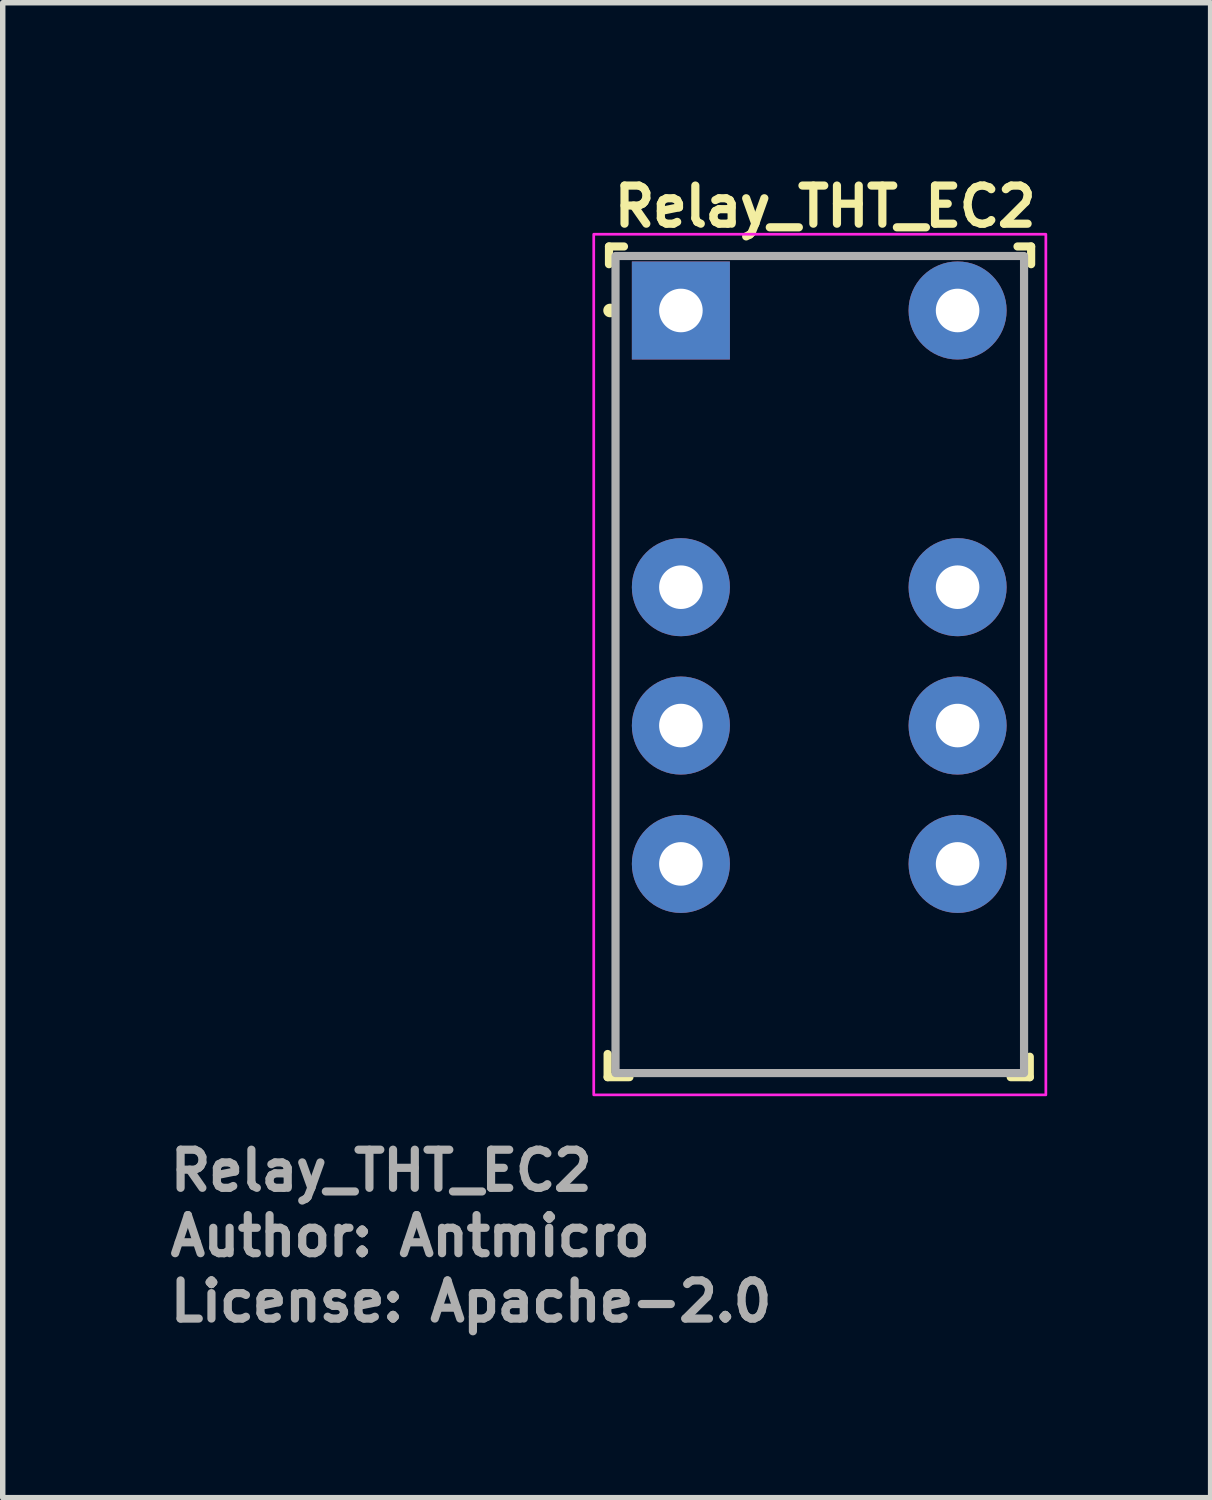
<source format=kicad_pcb>
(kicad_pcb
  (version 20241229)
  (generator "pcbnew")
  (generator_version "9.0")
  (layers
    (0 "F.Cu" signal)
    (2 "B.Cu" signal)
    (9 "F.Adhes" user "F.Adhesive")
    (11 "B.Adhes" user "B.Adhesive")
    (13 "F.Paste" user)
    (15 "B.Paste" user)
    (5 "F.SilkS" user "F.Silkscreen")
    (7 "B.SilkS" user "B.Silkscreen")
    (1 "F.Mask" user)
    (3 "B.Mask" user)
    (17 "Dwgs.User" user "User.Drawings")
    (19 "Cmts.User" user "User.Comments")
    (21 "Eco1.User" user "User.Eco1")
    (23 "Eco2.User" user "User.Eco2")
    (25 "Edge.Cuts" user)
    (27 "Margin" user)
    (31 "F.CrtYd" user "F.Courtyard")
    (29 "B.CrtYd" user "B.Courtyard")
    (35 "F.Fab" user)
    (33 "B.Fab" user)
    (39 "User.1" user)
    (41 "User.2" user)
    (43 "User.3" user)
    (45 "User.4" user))
  (footprint "Relay_THT_EC2"
    (layer "F.Cu")
    (at 9.45 2.65)
    (property "Reference" "Relay_THT_EC2" (at -1.3 -1.5 0) (layer "F.SilkS") (effects (font (size 0.7 0.7) (thickness 0.15)) (justify left bottom)))
    (attr through_hole)
    (fp_line (start -1.345 14.075) (end -1.345 13.65) (stroke (width 0.15) (type solid)) (layer "F.SilkS"))
    (fp_line (start -1.32 -1.175) (end -1.045 -1.175) (stroke (width 0.15) (type solid)) (layer "F.SilkS"))
    (fp_line (start -1.32 -0.85) (end -1.32 -1.175) (stroke (width 0.15) (type solid)) (layer "F.SilkS"))
    (fp_line (start -0.945 14.075) (end -1.345 14.075) (stroke (width 0.15) (type solid)) (layer "F.SilkS"))
    (fp_line (start 6.405 13.7) (end 6.405 14.075) (stroke (width 0.15) (type solid)) (layer "F.SilkS"))
    (fp_line (start 6.405 14.075) (end 6.055 14.075) (stroke (width 0.15) (type solid)) (layer "F.SilkS"))
    (fp_line (start 6.43 -1.175) (end 6.18 -1.175) (stroke (width 0.15) (type solid)) (layer "F.SilkS"))
    (fp_line (start 6.43 -0.85) (end 6.43 -1.175) (stroke (width 0.15) (type solid)) (layer "F.SilkS"))
    (fp_circle (center -1.3 0) (end -1.25 0) (stroke (width 0.15) (type solid)) (fill yes) (layer "F.SilkS"))
    (fp_rect (start 6.7 14.4) (end -1.6 -1.4) (stroke (width 0.05) (type solid)) (fill no) (layer "F.CrtYd"))
    (fp_rect (start 6.3 14) (end -1.2 -1) (stroke (width 0.15) (type solid)) (fill no) (layer "F.Fab"))
    (fp_rect (start 6.3 14) (end -1.2 -1) (stroke (width 0.1) (type solid)) (fill no) (layer "User.5"))
    (fp_line (start -1.2 -1) (end -1.2 14) (stroke (width 0.02) (type solid)) (layer "User.9"))
    (fp_line (start -1.2 14) (end 6.3 14) (stroke (width 0.02) (type solid)) (layer "User.9"))
    (fp_line (start 1.946 3.412) (end 1.946 3.756) (stroke (width 0.02) (type solid)) (layer "User.9"))
    (fp_line (start 1.946 3.756) (end 2.602 3.944) (stroke (width 0.02) (type solid)) (layer "User.9"))
    (fp_line (start 1.946 4.207) (end 1.946 4.576) (stroke (width 0.02) (type solid)) (layer "User.9"))
    (fp_line (start 1.946 4.576) (end 2.602 4.303) (stroke (width 0.02) (type solid)) (layer "User.9"))
    (fp_line (start 1.946 4.711) (end 1.946 6.014) (stroke (width 0.02) (type solid)) (layer "User.9"))
    (fp_line (start 1.946 6.014) (end 3.022 6.323) (stroke (width 0.02) (type solid)) (layer "User.9"))
    (fp_line (start 1.946 6.263) (end 1.946 6.585) (stroke (width 0.02) (type solid)) (layer "User.9"))
    (fp_line (start 1.946 6.585) (end 3.028 7.156) (stroke (width 0.02) (type solid)) (layer "User.9"))
    (fp_line (start 1.946 6.846) (end 1.946 7.153) (stroke (width 0.02) (type solid)) (layer "User.9"))
    (fp_line (start 1.946 7.153) (end 3.155 7.501) (stroke (width 0.02) (type solid)) (layer "User.9"))
    (fp_line (start 1.946 7.299) (end 1.946 8.212) (stroke (width 0.02) (type solid)) (layer "User.9"))
    (fp_line (start 1.946 8.212) (end 2.176 8.278) (stroke (width 0.02) (type solid)) (layer "User.9"))
    (fp_line (start 1.946 8.565) (end 1.946 8.91) (stroke (width 0.02) (type solid)) (layer "User.9"))
    (fp_line (start 1.946 8.91) (end 2.922 9.19) (stroke (width 0.02) (type solid)) (layer "User.9"))
    (fp_line (start 2.176 5.121) (end 2.476 5.206) (stroke (width 0.02) (type solid)) (layer "User.9"))
    (fp_line (start 2.176 5.791) (end 2.176 5.121) (stroke (width 0.02) (type solid)) (layer "User.9"))
    (fp_line (start 2.176 7.708) (end 2.476 7.794) (stroke (width 0.02) (type solid)) (layer "User.9"))
    (fp_line (start 2.176 8.278) (end 2.176 7.708) (stroke (width 0.02) (type solid)) (layer "User.9"))
    (fp_line (start 2.291 6.542) (end 3.155 6.588) (stroke (width 0.02) (type solid)) (layer "User.9"))
    (fp_line (start 2.476 5.206) (end 2.476 5.726) (stroke (width 0.02) (type solid)) (layer "User.9"))
    (fp_line (start 2.476 5.726) (end 2.7 5.789) (stroke (width 0.02) (type solid)) (layer "User.9"))
    (fp_line (start 2.476 7.794) (end 2.476 8.313) (stroke (width 0.02) (type solid)) (layer "User.9"))
    (fp_line (start 2.476 8.313) (end 2.7 8.377) (stroke (width 0.02) (type solid)) (layer "User.9"))
    (fp_line (start 2.602 3.944) (end 1.946 4.207) (stroke (width 0.02) (type solid)) (layer "User.9"))
    (fp_line (start 2.602 4.303) (end 3.155 4.868) (stroke (width 0.02) (type solid)) (layer "User.9"))
    (fp_line (start 2.639 3.956) (end 3.155 4.104) (stroke (width 0.02) (type solid)) (layer "User.9"))
    (fp_line (start 2.7 5.27) (end 2.925 5.336) (stroke (width 0.02) (type solid)) (layer "User.9"))
    (fp_line (start 2.7 5.789) (end 2.7 5.27) (stroke (width 0.02) (type solid)) (layer "User.9"))
    (fp_line (start 2.7 7.858) (end 2.925 7.924) (stroke (width 0.02) (type solid)) (layer "User.9"))
    (fp_line (start 2.7 8.377) (end 2.7 7.858) (stroke (width 0.02) (type solid)) (layer "User.9"))
    (fp_line (start 2.922 8.846) (end 1.946 8.565) (stroke (width 0.02) (type solid)) (layer "User.9"))
    (fp_line (start 2.922 9.19) (end 2.922 9.521) (stroke (width 0.02) (type solid)) (layer "User.9"))
    (fp_line (start 2.922 9.521) (end 3.155 9.588) (stroke (width 0.02) (type solid)) (layer "User.9"))
    (fp_line (start 2.923 8.478) (end 2.922 8.846) (stroke (width 0.02) (type solid)) (layer "User.9"))
    (fp_line (start 2.925 5.336) (end 2.925 5.887) (stroke (width 0.02) (type solid)) (layer "User.9"))
    (fp_line (start 2.925 5.887) (end 3.155 5.952) (stroke (width 0.02) (type solid)) (layer "User.9"))
    (fp_line (start 2.925 7.924) (end 2.923 8.478) (stroke (width 0.02) (type solid)) (layer "User.9"))
    (fp_line (start 3.022 6.323) (end 1.946 6.263) (stroke (width 0.02) (type solid)) (layer "User.9"))
    (fp_line (start 3.028 7.156) (end 1.946 6.846) (stroke (width 0.02) (type solid)) (layer "User.9"))
    (fp_line (start 3.155 3.759) (end 1.946 3.412) (stroke (width 0.02) (type solid)) (layer "User.9"))
    (fp_line (start 3.155 4.104) (end 3.155 3.759) (stroke (width 0.02) (type solid)) (layer "User.9"))
    (fp_line (start 3.155 4.47) (end 2.639 3.956) (stroke (width 0.02) (type solid)) (layer "User.9"))
    (fp_line (start 3.155 4.868) (end 3.155 4.47) (stroke (width 0.02) (type solid)) (layer "User.9"))
    (fp_line (start 3.155 5.059) (end 1.946 4.711) (stroke (width 0.02) (type solid)) (layer "User.9"))
    (fp_line (start 3.155 5.952) (end 3.155 5.059) (stroke (width 0.02) (type solid)) (layer "User.9"))
    (fp_line (start 3.155 6.073) (end 2.176 5.791) (stroke (width 0.02) (type solid)) (layer "User.9"))
    (fp_line (start 3.155 6.588) (end 3.155 6.073) (stroke (width 0.02) (type solid)) (layer "User.9"))
    (fp_line (start 3.155 6.97) (end 2.291 6.542) (stroke (width 0.02) (type solid)) (layer "User.9"))
    (fp_line (start 3.155 7.501) (end 3.155 6.97) (stroke (width 0.02) (type solid)) (layer "User.9"))
    (fp_line (start 3.155 7.647) (end 1.946 7.299) (stroke (width 0.02) (type solid)) (layer "User.9"))
    (fp_line (start 3.155 9.588) (end 3.155 7.647) (stroke (width 0.02) (type solid)) (layer "User.9"))
    (fp_line (start 6.3 -1) (end -1.2 -1) (stroke (width 0.02) (type solid)) (layer "User.9"))
    (fp_line (start 6.3 14) (end 6.3 -1) (stroke (width 0.02) (type solid)) (layer "User.9"))
    (fp_text user "License: Apache-2.0" (at -9.45 18.6 0) (layer "F.Fab") (effects (font (size 0.7 0.7) (thickness 0.15)) (justify left bottom)))
    (fp_text user "Author: Antmicro" (at -9.45 17.4 0) (layer "F.Fab") (effects (font (size 0.7 0.7) (thickness 0.15)) (justify left bottom)))
    (fp_text user "${REFERENCE}" (at -9.45 16.2 0) (layer "F.Fab") (effects (font (size 0.7 0.7) (thickness 0.15)) (justify left bottom)))
    (pad "1" thru_hole rect (at 0 0 270) (size 1.8 1.8) (drill 0.8) (layers "*.Cu" "*.Mask"))
    (pad "3" thru_hole circle (at 0 5.08 270) (size 1.8 1.8) (drill 0.8) (layers "*.Cu" "*.Mask"))
    (pad "4" thru_hole circle (at 0 7.62 270) (size 1.8 1.8) (drill 0.8) (layers "*.Cu" "*.Mask"))
    (pad "5" thru_hole circle (at 0 10.16 270) (size 1.8 1.8) (drill 0.8) (layers "*.Cu" "*.Mask"))
    (pad "8" thru_hole circle (at 5.08 10.16 270) (size 1.8 1.8) (drill 0.8) (layers "*.Cu" "*.Mask"))
    (pad "9" thru_hole circle (at 5.08 7.62 270) (size 1.8 1.8) (drill 0.8) (layers "*.Cu" "*.Mask"))
    (pad "10" thru_hole circle (at 5.08 5.08 270) (size 1.8 1.8) (drill 0.8) (layers "*.Cu" "*.Mask"))
    (pad "12" thru_hole circle (at 5.08 0 270) (size 1.8 1.8) (drill 0.8) (layers "*.Cu" "*.Mask")))
  (gr_rect
    (start -3 -3)
    (end 19.175 24.445)
    (stroke (width 0.1) (type default))
    (fill no)
    (layer "Edge.Cuts")))
</source>
